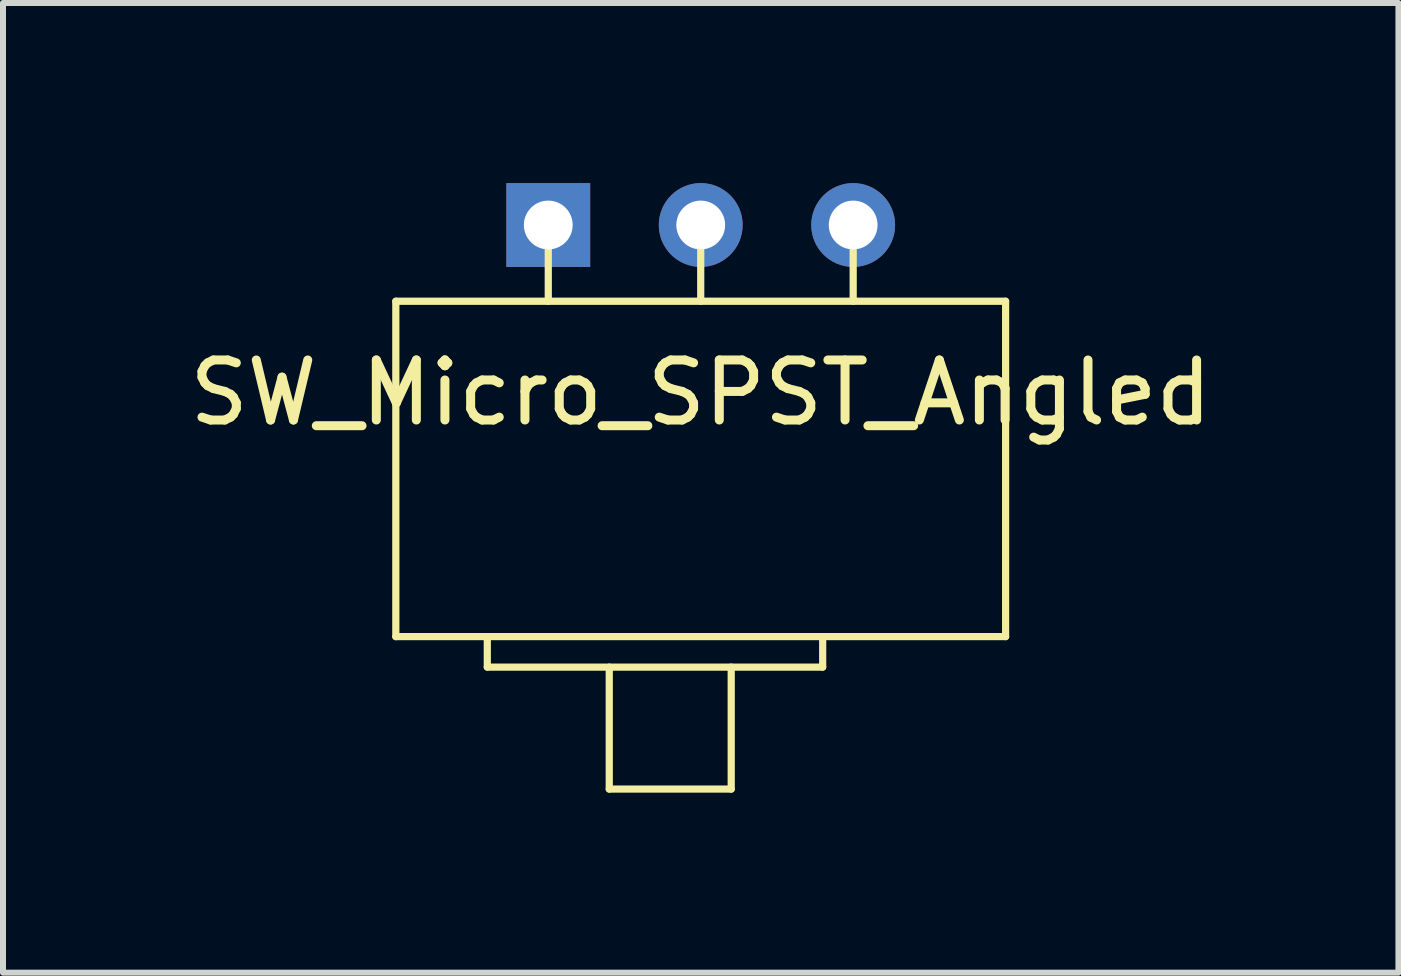
<source format=kicad_pcb>
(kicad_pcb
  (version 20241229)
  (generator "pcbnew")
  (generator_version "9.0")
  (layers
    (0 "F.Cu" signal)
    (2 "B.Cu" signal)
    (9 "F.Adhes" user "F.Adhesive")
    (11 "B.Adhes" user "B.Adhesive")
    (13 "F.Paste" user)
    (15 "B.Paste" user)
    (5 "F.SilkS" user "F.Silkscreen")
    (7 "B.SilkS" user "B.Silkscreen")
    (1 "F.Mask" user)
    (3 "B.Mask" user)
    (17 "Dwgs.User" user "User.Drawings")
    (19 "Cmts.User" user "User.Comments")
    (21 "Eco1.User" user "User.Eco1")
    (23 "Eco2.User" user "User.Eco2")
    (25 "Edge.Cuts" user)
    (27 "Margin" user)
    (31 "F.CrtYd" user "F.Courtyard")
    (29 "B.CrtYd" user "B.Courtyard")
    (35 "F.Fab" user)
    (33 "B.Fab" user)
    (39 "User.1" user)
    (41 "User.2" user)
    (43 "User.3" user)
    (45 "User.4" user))
  (footprint "SW_Micro_SPST_Angled"
    (layer "F.Cu")
    (at 8.625 0.699)
    (property "Reference" "SW_Micro_SPST_Angled" (at 0 2.794 0) (layer "F.SilkS") (effects (font (size 1 1) (thickness 0.15))))
    (attr through_hole)
    (fp_line (start -5.08 1.27) (end -5.08 6.858) (stroke (width 0.12) (type solid)) (layer "F.SilkS"))
    (fp_line (start -5.08 1.27) (end 5.08 1.27) (stroke (width 0.12) (type solid)) (layer "F.SilkS"))
    (fp_line (start -3.556 6.858) (end -3.556 7.366) (stroke (width 0.12) (type solid)) (layer "F.SilkS"))
    (fp_line (start -3.556 7.366) (end 2.032 7.366) (stroke (width 0.12) (type solid)) (layer "F.SilkS"))
    (fp_line (start -2.54 0) (end -2.54 1.27) (stroke (width 0.12) (type solid)) (layer "F.SilkS"))
    (fp_line (start -1.524 7.366) (end -1.524 9.398) (stroke (width 0.12) (type solid)) (layer "F.SilkS"))
    (fp_line (start -1.524 9.398) (end 0.508 9.398) (stroke (width 0.12) (type solid)) (layer "F.SilkS"))
    (fp_line (start 0 0) (end 0 1.27) (stroke (width 0.12) (type solid)) (layer "F.SilkS"))
    (fp_line (start 0.508 7.366) (end 0.508 9.398) (stroke (width 0.12) (type solid)) (layer "F.SilkS"))
    (fp_line (start 2.032 7.366) (end 2.032 6.858) (stroke (width 0.12) (type solid)) (layer "F.SilkS"))
    (fp_line (start 2.54 0) (end 2.54 1.27) (stroke (width 0.12) (type solid)) (layer "F.SilkS"))
    (fp_line (start 5.08 1.27) (end 5.08 6.858) (stroke (width 0.12) (type solid)) (layer "F.SilkS"))
    (fp_line (start 5.08 6.858) (end -5.08 6.858) (stroke (width 0.12) (type solid)) (layer "F.SilkS"))
    (pad "1" thru_hole rect (at -2.54 0) (size 1.397 1.397) (drill 0.813) (layers "*.Cu" "*.Mask"))
    (pad "2" thru_hole circle (at 0 0) (size 1.397 1.397) (drill 0.813) (layers "*.Cu" "*.Mask"))
    (pad "3" thru_hole circle (at 2.54 0) (size 1.397 1.397) (drill 0.813) (layers "*.Cu" "*.Mask")))
  (gr_rect
    (start -3 -3)
    (end 20.25 13.156)
    (stroke (width 0.1) (type default))
    (fill no)
    (layer "Edge.Cuts")))
</source>
